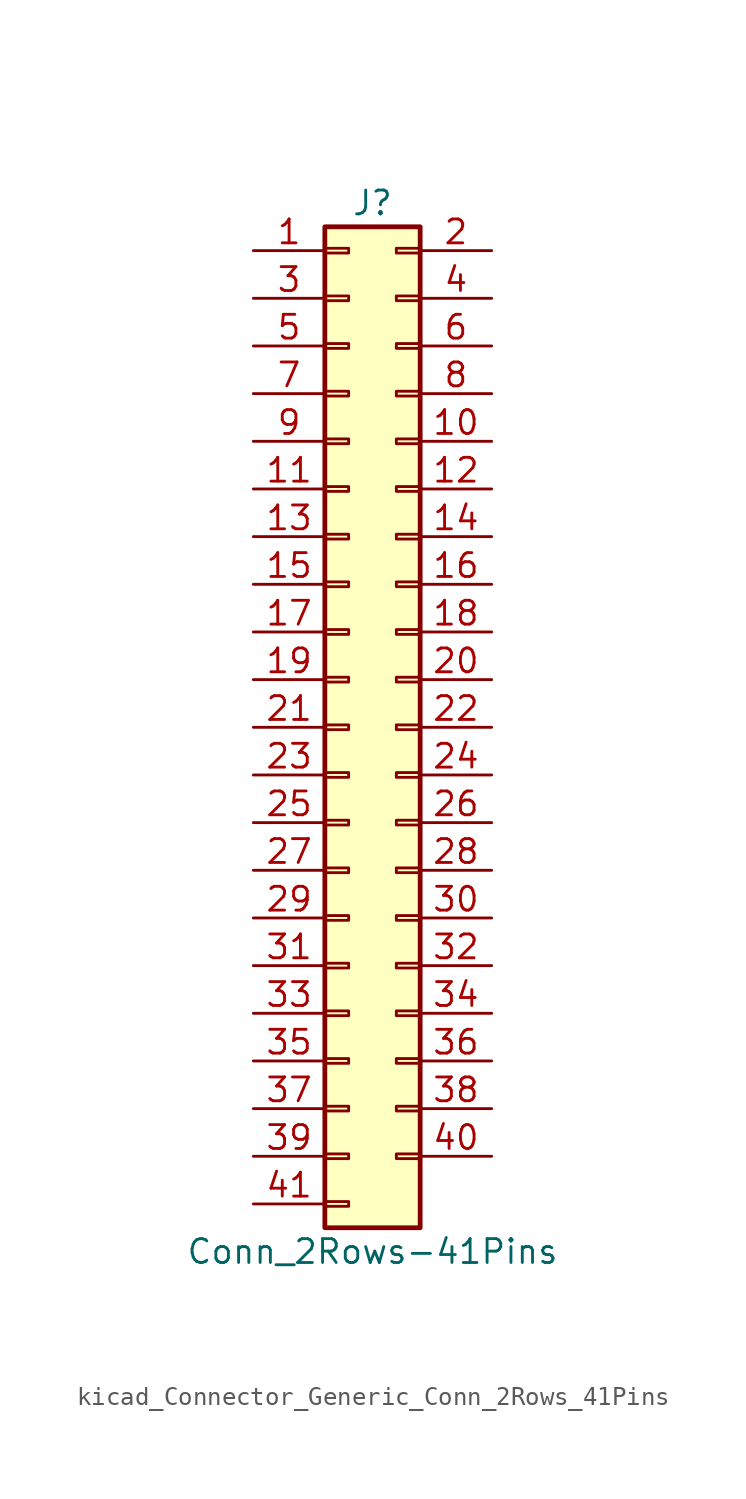
<source format=kicad_sym>
(kicad_symbol_lib
  (version 20220914)
  (generator kicad_symbol_editor)
  (symbol "kicad_Connector_Generic_Conn_2Rows_41Pins"
    (pin_names
      (offset 1.016) hide)
    (property "Reference" "J"
      (at 1.27 27.94 0)
      (effects (font (size 1.27 1.27))))
    (property "Value" "Conn_2Rows-41Pins"
      (at 1.27 -27.94 0)
      (effects (font (size 1.27 1.27))))
    (symbol "kicad_Connector_Generic_Conn_2Rows_41Pins_1_1"
      (rectangle (start -1.27 -25.273) (end 0 -25.527) (stroke (width 0.152) (type default)) (fill (type none)))
      (rectangle (start -1.27 -22.733) (end 0 -22.987) (stroke (width 0.152) (type default)) (fill (type none)))
      (rectangle (start -1.27 -20.193) (end 0 -20.447) (stroke (width 0.152) (type default)) (fill (type none)))
      (rectangle (start -1.27 -17.653) (end 0 -17.907) (stroke (width 0.152) (type default)) (fill (type none)))
      (rectangle (start -1.27 -15.113) (end 0 -15.367) (stroke (width 0.152) (type default)) (fill (type none)))
      (rectangle (start -1.27 -12.573) (end 0 -12.827) (stroke (width 0.152) (type default)) (fill (type none)))
      (rectangle (start -1.27 -10.033) (end 0 -10.287) (stroke (width 0.152) (type default)) (fill (type none)))
      (rectangle (start -1.27 -7.493) (end 0 -7.747) (stroke (width 0.152) (type default)) (fill (type none)))
      (rectangle (start -1.27 -4.953) (end 0 -5.207) (stroke (width 0.152) (type default)) (fill (type none)))
      (rectangle (start -1.27 -2.413) (end 0 -2.667) (stroke (width 0.152) (type default)) (fill (type none)))
      (rectangle (start -1.27 0.127) (end 0 -0.127) (stroke (width 0.152) (type default)) (fill (type none)))
      (rectangle (start -1.27 2.667) (end 0 2.413) (stroke (width 0.152) (type default)) (fill (type none)))
      (rectangle (start -1.27 5.207) (end 0 4.953) (stroke (width 0.152) (type default)) (fill (type none)))
      (rectangle (start -1.27 7.747) (end 0 7.493) (stroke (width 0.152) (type default)) (fill (type none)))
      (rectangle (start -1.27 10.287) (end 0 10.033) (stroke (width 0.152) (type default)) (fill (type none)))
      (rectangle (start -1.27 12.827) (end 0 12.573) (stroke (width 0.152) (type default)) (fill (type none)))
      (rectangle (start -1.27 15.367) (end 0 15.113) (stroke (width 0.152) (type default)) (fill (type none)))
      (rectangle (start -1.27 17.907) (end 0 17.653) (stroke (width 0.152) (type default)) (fill (type none)))
      (rectangle (start -1.27 20.447) (end 0 20.193) (stroke (width 0.152) (type default)) (fill (type none)))
      (rectangle (start -1.27 22.987) (end 0 22.733) (stroke (width 0.152) (type default)) (fill (type none)))
      (rectangle (start -1.27 25.527) (end 0 25.273) (stroke (width 0.152) (type default)) (fill (type none)))
      (rectangle (start -1.27 26.67) (end 3.81 -26.67) (stroke (width 0.254) (type default)) (fill (type background)))
      (rectangle (start 3.81 -22.733) (end 2.54 -22.987) (stroke (width 0.152) (type default)) (fill (type none)))
      (rectangle (start 3.81 -20.193) (end 2.54 -20.447) (stroke (width 0.152) (type default)) (fill (type none)))
      (rectangle (start 3.81 -17.653) (end 2.54 -17.907) (stroke (width 0.152) (type default)) (fill (type none)))
      (rectangle (start 3.81 -15.113) (end 2.54 -15.367) (stroke (width 0.152) (type default)) (fill (type none)))
      (rectangle (start 3.81 -12.573) (end 2.54 -12.827) (stroke (width 0.152) (type default)) (fill (type none)))
      (rectangle (start 3.81 -10.033) (end 2.54 -10.287) (stroke (width 0.152) (type default)) (fill (type none)))
      (rectangle (start 3.81 -7.493) (end 2.54 -7.747) (stroke (width 0.152) (type default)) (fill (type none)))
      (rectangle (start 3.81 -4.953) (end 2.54 -5.207) (stroke (width 0.152) (type default)) (fill (type none)))
      (rectangle (start 3.81 -2.413) (end 2.54 -2.667) (stroke (width 0.152) (type default)) (fill (type none)))
      (rectangle (start 3.81 0.127) (end 2.54 -0.127) (stroke (width 0.152) (type default)) (fill (type none)))
      (rectangle (start 3.81 2.667) (end 2.54 2.413) (stroke (width 0.152) (type default)) (fill (type none)))
      (rectangle (start 3.81 5.207) (end 2.54 4.953) (stroke (width 0.152) (type default)) (fill (type none)))
      (rectangle (start 3.81 7.747) (end 2.54 7.493) (stroke (width 0.152) (type default)) (fill (type none)))
      (rectangle (start 3.81 10.287) (end 2.54 10.033) (stroke (width 0.152) (type default)) (fill (type none)))
      (rectangle (start 3.81 12.827) (end 2.54 12.573) (stroke (width 0.152) (type default)) (fill (type none)))
      (rectangle (start 3.81 15.367) (end 2.54 15.113) (stroke (width 0.152) (type default)) (fill (type none)))
      (rectangle (start 3.81 17.907) (end 2.54 17.653) (stroke (width 0.152) (type default)) (fill (type none)))
      (rectangle (start 3.81 20.447) (end 2.54 20.193) (stroke (width 0.152) (type default)) (fill (type none)))
      (rectangle (start 3.81 22.987) (end 2.54 22.733) (stroke (width 0.152) (type default)) (fill (type none)))
      (rectangle (start 3.81 25.527) (end 2.54 25.273) (stroke (width 0.152) (type default)) (fill (type none)))
      (pin passive line (at -5.08 25.4 0) (length 3.81) (name "Pin_1" (effects (font (size 1.27 1.27)))) (number "1" (effects (font (size 1.27 1.27)))))
      (pin passive line (at 7.62 15.24 180) (length 3.81) (name "Pin_10" (effects (font (size 1.27 1.27)))) (number "10" (effects (font (size 1.27 1.27)))))
      (pin passive line (at -5.08 12.7 0) (length 3.81) (name "Pin_11" (effects (font (size 1.27 1.27)))) (number "11" (effects (font (size 1.27 1.27)))))
      (pin passive line (at 7.62 12.7 180) (length 3.81) (name "Pin_12" (effects (font (size 1.27 1.27)))) (number "12" (effects (font (size 1.27 1.27)))))
      (pin passive line (at -5.08 10.16 0) (length 3.81) (name "Pin_13" (effects (font (size 1.27 1.27)))) (number "13" (effects (font (size 1.27 1.27)))))
      (pin passive line (at 7.62 10.16 180) (length 3.81) (name "Pin_14" (effects (font (size 1.27 1.27)))) (number "14" (effects (font (size 1.27 1.27)))))
      (pin passive line (at -5.08 7.62 0) (length 3.81) (name "Pin_15" (effects (font (size 1.27 1.27)))) (number "15" (effects (font (size 1.27 1.27)))))
      (pin passive line (at 7.62 7.62 180) (length 3.81) (name "Pin_16" (effects (font (size 1.27 1.27)))) (number "16" (effects (font (size 1.27 1.27)))))
      (pin passive line (at -5.08 5.08 0) (length 3.81) (name "Pin_17" (effects (font (size 1.27 1.27)))) (number "17" (effects (font (size 1.27 1.27)))))
      (pin passive line (at 7.62 5.08 180) (length 3.81) (name "Pin_18" (effects (font (size 1.27 1.27)))) (number "18" (effects (font (size 1.27 1.27)))))
      (pin passive line (at -5.08 2.54 0) (length 3.81) (name "Pin_19" (effects (font (size 1.27 1.27)))) (number "19" (effects (font (size 1.27 1.27)))))
      (pin passive line (at 7.62 25.4 180) (length 3.81) (name "Pin_2" (effects (font (size 1.27 1.27)))) (number "2" (effects (font (size 1.27 1.27)))))
      (pin passive line (at 7.62 2.54 180) (length 3.81) (name "Pin_20" (effects (font (size 1.27 1.27)))) (number "20" (effects (font (size 1.27 1.27)))))
      (pin passive line (at -5.08 0 0) (length 3.81) (name "Pin_21" (effects (font (size 1.27 1.27)))) (number "21" (effects (font (size 1.27 1.27)))))
      (pin passive line (at 7.62 0 180) (length 3.81) (name "Pin_22" (effects (font (size 1.27 1.27)))) (number "22" (effects (font (size 1.27 1.27)))))
      (pin passive line (at -5.08 -2.54 0) (length 3.81) (name "Pin_23" (effects (font (size 1.27 1.27)))) (number "23" (effects (font (size 1.27 1.27)))))
      (pin passive line (at 7.62 -2.54 180) (length 3.81) (name "Pin_24" (effects (font (size 1.27 1.27)))) (number "24" (effects (font (size 1.27 1.27)))))
      (pin passive line (at -5.08 -5.08 0) (length 3.81) (name "Pin_25" (effects (font (size 1.27 1.27)))) (number "25" (effects (font (size 1.27 1.27)))))
      (pin passive line (at 7.62 -5.08 180) (length 3.81) (name "Pin_26" (effects (font (size 1.27 1.27)))) (number "26" (effects (font (size 1.27 1.27)))))
      (pin passive line (at -5.08 -7.62 0) (length 3.81) (name "Pin_27" (effects (font (size 1.27 1.27)))) (number "27" (effects (font (size 1.27 1.27)))))
      (pin passive line (at 7.62 -7.62 180) (length 3.81) (name "Pin_28" (effects (font (size 1.27 1.27)))) (number "28" (effects (font (size 1.27 1.27)))))
      (pin passive line (at -5.08 -10.16 0) (length 3.81) (name "Pin_29" (effects (font (size 1.27 1.27)))) (number "29" (effects (font (size 1.27 1.27)))))
      (pin passive line (at -5.08 22.86 0) (length 3.81) (name "Pin_3" (effects (font (size 1.27 1.27)))) (number "3" (effects (font (size 1.27 1.27)))))
      (pin passive line (at 7.62 -10.16 180) (length 3.81) (name "Pin_30" (effects (font (size 1.27 1.27)))) (number "30" (effects (font (size 1.27 1.27)))))
      (pin passive line (at -5.08 -12.7 0) (length 3.81) (name "Pin_31" (effects (font (size 1.27 1.27)))) (number "31" (effects (font (size 1.27 1.27)))))
      (pin passive line (at 7.62 -12.7 180) (length 3.81) (name "Pin_32" (effects (font (size 1.27 1.27)))) (number "32" (effects (font (size 1.27 1.27)))))
      (pin passive line (at -5.08 -15.24 0) (length 3.81) (name "Pin_33" (effects (font (size 1.27 1.27)))) (number "33" (effects (font (size 1.27 1.27)))))
      (pin passive line (at 7.62 -15.24 180) (length 3.81) (name "Pin_34" (effects (font (size 1.27 1.27)))) (number "34" (effects (font (size 1.27 1.27)))))
      (pin passive line (at -5.08 -17.78 0) (length 3.81) (name "Pin_35" (effects (font (size 1.27 1.27)))) (number "35" (effects (font (size 1.27 1.27)))))
      (pin passive line (at 7.62 -17.78 180) (length 3.81) (name "Pin_36" (effects (font (size 1.27 1.27)))) (number "36" (effects (font (size 1.27 1.27)))))
      (pin passive line (at -5.08 -20.32 0) (length 3.81) (name "Pin_37" (effects (font (size 1.27 1.27)))) (number "37" (effects (font (size 1.27 1.27)))))
      (pin passive line (at 7.62 -20.32 180) (length 3.81) (name "Pin_38" (effects (font (size 1.27 1.27)))) (number "38" (effects (font (size 1.27 1.27)))))
      (pin passive line (at -5.08 -22.86 0) (length 3.81) (name "Pin_39" (effects (font (size 1.27 1.27)))) (number "39" (effects (font (size 1.27 1.27)))))
      (pin passive line (at 7.62 22.86 180) (length 3.81) (name "Pin_4" (effects (font (size 1.27 1.27)))) (number "4" (effects (font (size 1.27 1.27)))))
      (pin passive line (at 7.62 -22.86 180) (length 3.81) (name "Pin_40" (effects (font (size 1.27 1.27)))) (number "40" (effects (font (size 1.27 1.27)))))
      (pin passive line (at -5.08 -25.4 0) (length 3.81) (name "Pin_41" (effects (font (size 1.27 1.27)))) (number "41" (effects (font (size 1.27 1.27)))))
      (pin passive line (at -5.08 20.32 0) (length 3.81) (name "Pin_5" (effects (font (size 1.27 1.27)))) (number "5" (effects (font (size 1.27 1.27)))))
      (pin passive line (at 7.62 20.32 180) (length 3.81) (name "Pin_6" (effects (font (size 1.27 1.27)))) (number "6" (effects (font (size 1.27 1.27)))))
      (pin passive line (at -5.08 17.78 0) (length 3.81) (name "Pin_7" (effects (font (size 1.27 1.27)))) (number "7" (effects (font (size 1.27 1.27)))))
      (pin passive line (at 7.62 17.78 180) (length 3.81) (name "Pin_8" (effects (font (size 1.27 1.27)))) (number "8" (effects (font (size 1.27 1.27)))))
      (pin passive line (at -5.08 15.24 0) (length 3.81) (name "Pin_9" (effects (font (size 1.27 1.27)))) (number "9" (effects (font (size 1.27 1.27))))))))
</source>
